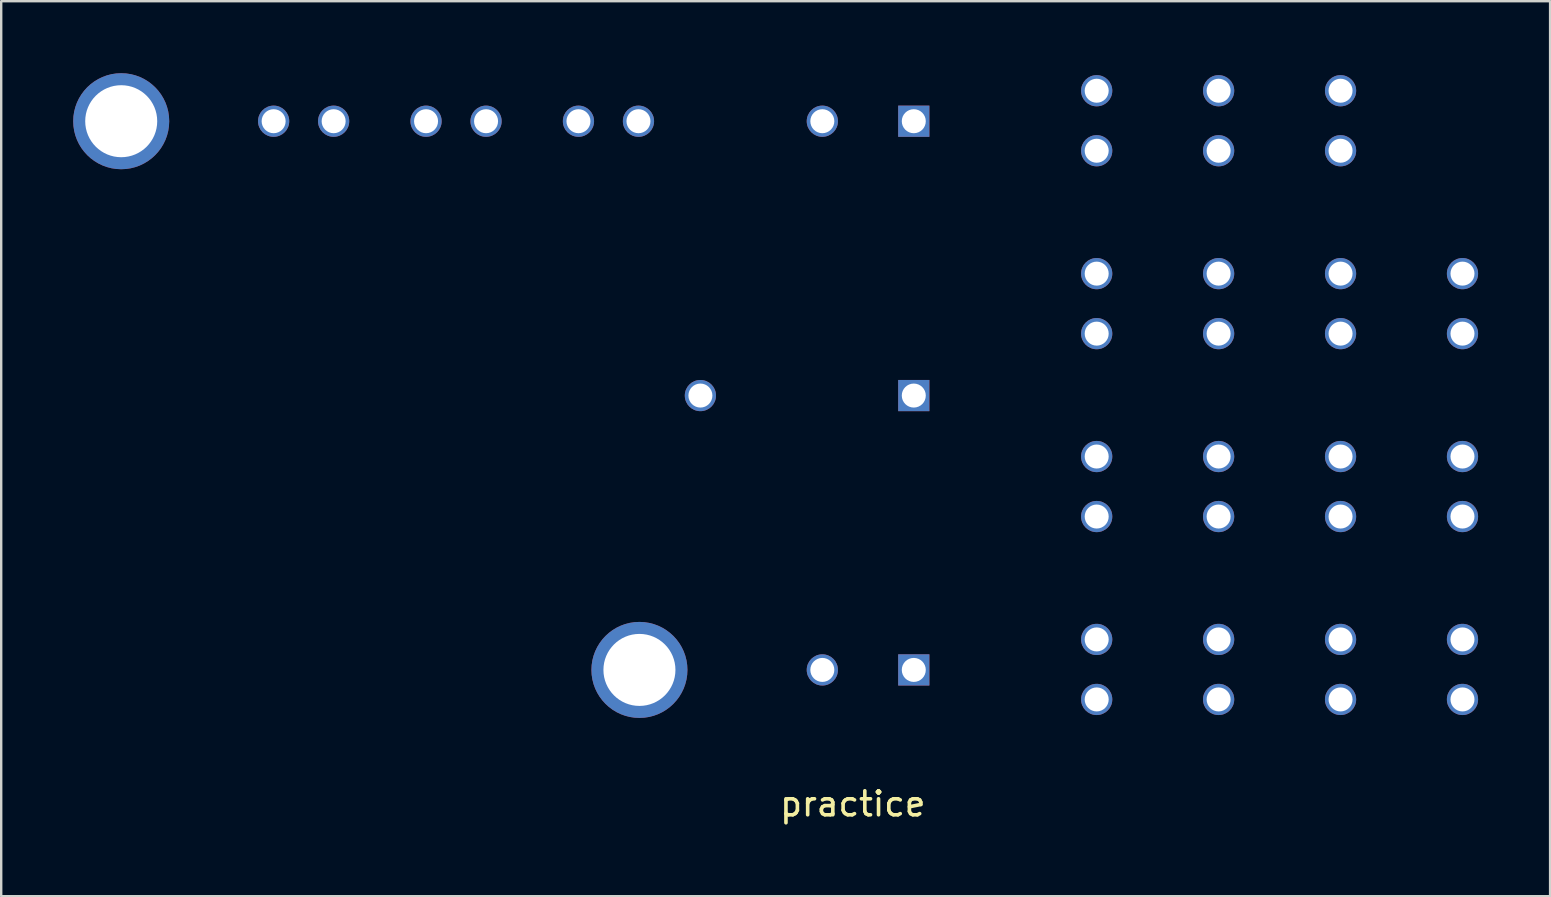
<source format=kicad_pcb>
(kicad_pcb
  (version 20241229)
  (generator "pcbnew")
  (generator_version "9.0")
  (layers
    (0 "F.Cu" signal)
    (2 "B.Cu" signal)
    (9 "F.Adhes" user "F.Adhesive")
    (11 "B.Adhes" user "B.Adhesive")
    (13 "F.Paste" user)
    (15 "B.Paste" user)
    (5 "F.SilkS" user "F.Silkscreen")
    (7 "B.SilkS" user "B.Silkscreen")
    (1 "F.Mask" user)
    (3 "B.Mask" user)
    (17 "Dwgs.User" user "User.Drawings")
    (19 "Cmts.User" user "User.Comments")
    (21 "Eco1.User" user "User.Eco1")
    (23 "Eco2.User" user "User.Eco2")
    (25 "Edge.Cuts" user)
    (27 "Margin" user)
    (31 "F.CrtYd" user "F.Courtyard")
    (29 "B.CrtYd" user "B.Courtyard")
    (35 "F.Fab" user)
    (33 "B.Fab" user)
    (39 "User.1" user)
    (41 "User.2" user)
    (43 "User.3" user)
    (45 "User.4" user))
  (footprint "practice"
    (layer "F.Cu")
    (at 32.48 29.94)
    (property "Reference" "practice" (at 0 0.5 0) (layer "F.SilkS") (effects (font (size 1 1) (thickness 0.15))))
    (attr through_hole)
    (pad "+" thru_hole circle (at -30.48 -27.94) (size 4 4) (drill 3) (layers "*.Cu" "*.Mask"))
    (pad "-" thru_hole circle (at -8.89 -5.08) (size 4 4) (drill 3) (layers "*.Cu" "*.Mask"))
    (pad "1" thru_hole circle (at -6.35 -16.51) (size 1.3 1.3) (drill 1) (layers "*.Cu" "*.Mask"))
    (pad "1" thru_hole circle (at -1.27 -27.94) (size 1.3 1.3) (drill 1) (layers "*.Cu" "*.Mask"))
    (pad "1" thru_hole circle (at -1.27 -5.08) (size 1.3 1.3) (drill 1) (layers "*.Cu" "*.Mask"))
    (pad "1" thru_hole circle (at 10.16 -26.71) (size 1.3 1.3) (drill 1) (layers "*.Cu" "*.Mask"))
    (pad "1" thru_hole circle (at 10.16 -19.09) (size 1.3 1.3) (drill 1) (layers "*.Cu" "*.Mask"))
    (pad "1" thru_hole circle (at 10.16 -11.47) (size 1.3 1.3) (drill 1) (layers "*.Cu" "*.Mask"))
    (pad "1" thru_hole circle (at 10.16 -3.85) (size 1.3 1.3) (drill 1) (layers "*.Cu" "*.Mask"))
    (pad "1" thru_hole circle (at 15.24 -26.71) (size 1.3 1.3) (drill 1) (layers "*.Cu" "*.Mask"))
    (pad "1" thru_hole circle (at 15.24 -19.09) (size 1.3 1.3) (drill 1) (layers "*.Cu" "*.Mask"))
    (pad "1" thru_hole circle (at 15.24 -11.47) (size 1.3 1.3) (drill 1) (layers "*.Cu" "*.Mask"))
    (pad "1" thru_hole circle (at 15.24 -3.85) (size 1.3 1.3) (drill 1) (layers "*.Cu" "*.Mask"))
    (pad "1" thru_hole circle (at 20.32 -26.71) (size 1.3 1.3) (drill 1) (layers "*.Cu" "*.Mask"))
    (pad "1" thru_hole circle (at 20.32 -19.09) (size 1.3 1.3) (drill 1) (layers "*.Cu" "*.Mask"))
    (pad "1" thru_hole circle (at 20.32 -11.47) (size 1.3 1.3) (drill 1) (layers "*.Cu" "*.Mask"))
    (pad "1" thru_hole circle (at 20.32 -3.85) (size 1.3 1.3) (drill 1) (layers "*.Cu" "*.Mask"))
    (pad "1" thru_hole circle (at 25.4 -19.09) (size 1.3 1.3) (drill 1) (layers "*.Cu" "*.Mask"))
    (pad "1" thru_hole circle (at 25.4 -11.47) (size 1.3 1.3) (drill 1) (layers "*.Cu" "*.Mask"))
    (pad "1" thru_hole circle (at 25.4 -3.85) (size 1.3 1.3) (drill 1) (layers "*.Cu" "*.Mask"))
    (pad "2" thru_hole circle (at -24.13 -27.94) (size 1.3 1.3) (drill 1) (layers "*.Cu" "*.Mask"))
    (pad "2" thru_hole circle (at -21.63 -27.94) (size 1.3 1.3) (drill 1) (layers "*.Cu" "*.Mask"))
    (pad "2" thru_hole circle (at -17.78 -27.94) (size 1.3 1.3) (drill 1) (layers "*.Cu" "*.Mask"))
    (pad "2" thru_hole circle (at -15.28 -27.94) (size 1.3 1.3) (drill 1) (layers "*.Cu" "*.Mask"))
    (pad "2" thru_hole circle (at -11.43 -27.94) (size 1.3 1.3) (drill 1) (layers "*.Cu" "*.Mask"))
    (pad "2" thru_hole circle (at -8.93 -27.94) (size 1.3 1.3) (drill 1) (layers "*.Cu" "*.Mask"))
    (pad "2" thru_hole rect (at 2.54 -27.94) (size 1.3 1.3) (drill 1) (layers "*.Cu" "*.Mask"))
    (pad "2" thru_hole rect (at 2.54 -16.51) (size 1.3 1.3) (drill 1) (layers "*.Cu" "*.Mask"))
    (pad "2" thru_hole rect (at 2.54 -5.08) (size 1.3 1.3) (drill 1) (layers "*.Cu" "*.Mask"))
    (pad "2" thru_hole circle (at 10.16 -29.21) (size 1.3 1.3) (drill 1) (layers "*.Cu" "*.Mask"))
    (pad "2" thru_hole circle (at 10.16 -21.59) (size 1.3 1.3) (drill 1) (layers "*.Cu" "*.Mask"))
    (pad "2" thru_hole circle (at 10.16 -13.97) (size 1.3 1.3) (drill 1) (layers "*.Cu" "*.Mask"))
    (pad "2" thru_hole circle (at 10.16 -6.35) (size 1.3 1.3) (drill 1) (layers "*.Cu" "*.Mask"))
    (pad "2" thru_hole circle (at 15.24 -29.21) (size 1.3 1.3) (drill 1) (layers "*.Cu" "*.Mask"))
    (pad "2" thru_hole circle (at 15.24 -21.59) (size 1.3 1.3) (drill 1) (layers "*.Cu" "*.Mask"))
    (pad "2" thru_hole circle (at 15.24 -13.97) (size 1.3 1.3) (drill 1) (layers "*.Cu" "*.Mask"))
    (pad "2" thru_hole circle (at 15.24 -6.35) (size 1.3 1.3) (drill 1) (layers "*.Cu" "*.Mask"))
    (pad "2" thru_hole circle (at 20.32 -29.21) (size 1.3 1.3) (drill 1) (layers "*.Cu" "*.Mask"))
    (pad "2" thru_hole circle (at 20.32 -21.59) (size 1.3 1.3) (drill 1) (layers "*.Cu" "*.Mask"))
    (pad "2" thru_hole circle (at 20.32 -13.97) (size 1.3 1.3) (drill 1) (layers "*.Cu" "*.Mask"))
    (pad "2" thru_hole circle (at 20.32 -6.35) (size 1.3 1.3) (drill 1) (layers "*.Cu" "*.Mask"))
    (pad "2" thru_hole circle (at 25.4 -21.59) (size 1.3 1.3) (drill 1) (layers "*.Cu" "*.Mask"))
    (pad "2" thru_hole circle (at 25.4 -13.97) (size 1.3 1.3) (drill 1) (layers "*.Cu" "*.Mask"))
    (pad "2" thru_hole circle (at 25.4 -6.35) (size 1.3 1.3) (drill 1) (layers "*.Cu" "*.Mask")))
  (gr_rect
    (start -3 -3)
    (end 61.53 34.288)
    (stroke (width 0.1) (type default))
    (fill no)
    (layer "Edge.Cuts")))
</source>
